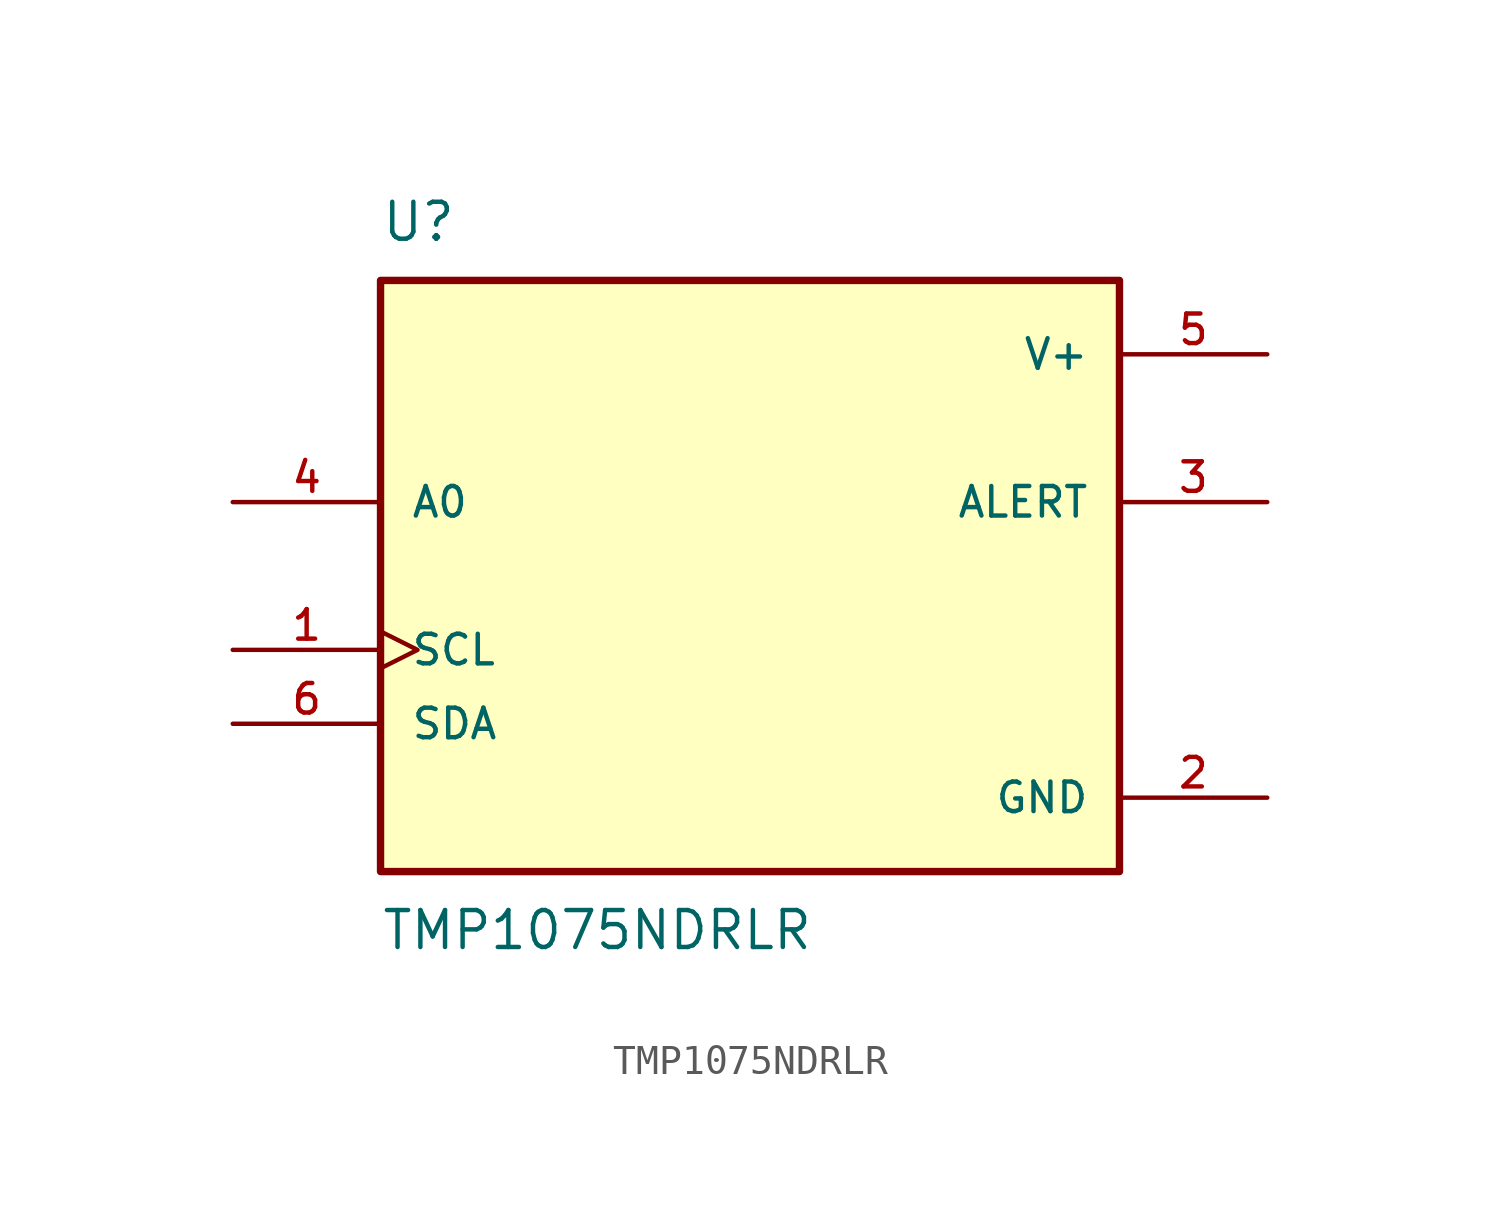
<source format=kicad_sym>
(kicad_symbol_lib
  (version 20211014)
  (generator kicad_symbol_editor)
  (symbol "TMP1075NDRLR"
    (pin_names
      (offset 1.016))
    (property "Reference" "U"
      (at -12.7 11.43 0)
      (effects (font (size 1.27 1.27)) (justify bottom left)))
    (property "Value" "TMP1075NDRLR"
      (at -12.7 -11.43 0)
      (effects (font (size 1.27 1.27)) (justify top left)))
    (symbol "TMP1075NDRLR_0_0"
      (rectangle (start -12.7 -10.16) (end 12.7 10.16) (stroke (width 0.254)) (fill (type background)))
      (pin bidirectional line (at -17.78 -5.08 0) (length 5.08) (name "SDA" (effects (font (size 1.016 1.016)))) (number "6" (effects (font (size 1.016 1.016)))))
      (pin input clock (at -17.78 -2.54 0) (length 5.08) (name "SCL" (effects (font (size 1.016 1.016)))) (number "1" (effects (font (size 1.016 1.016)))))
      (pin output line (at 17.78 2.54 180.0) (length 5.08) (name "ALERT" (effects (font (size 1.016 1.016)))) (number "3" (effects (font (size 1.016 1.016)))))
      (pin power_in line (at 17.78 7.62 180.0) (length 5.08) (name "V+" (effects (font (size 1.016 1.016)))) (number "5" (effects (font (size 1.016 1.016)))))
      (pin input line (at -17.78 2.54 0) (length 5.08) (name "A0" (effects (font (size 1.016 1.016)))) (number "4" (effects (font (size 1.016 1.016)))))
      (pin power_in line (at 17.78 -7.62 180.0) (length 5.08) (name "GND" (effects (font (size 1.016 1.016)))) (number "2" (effects (font (size 1.016 1.016))))))))
</source>
